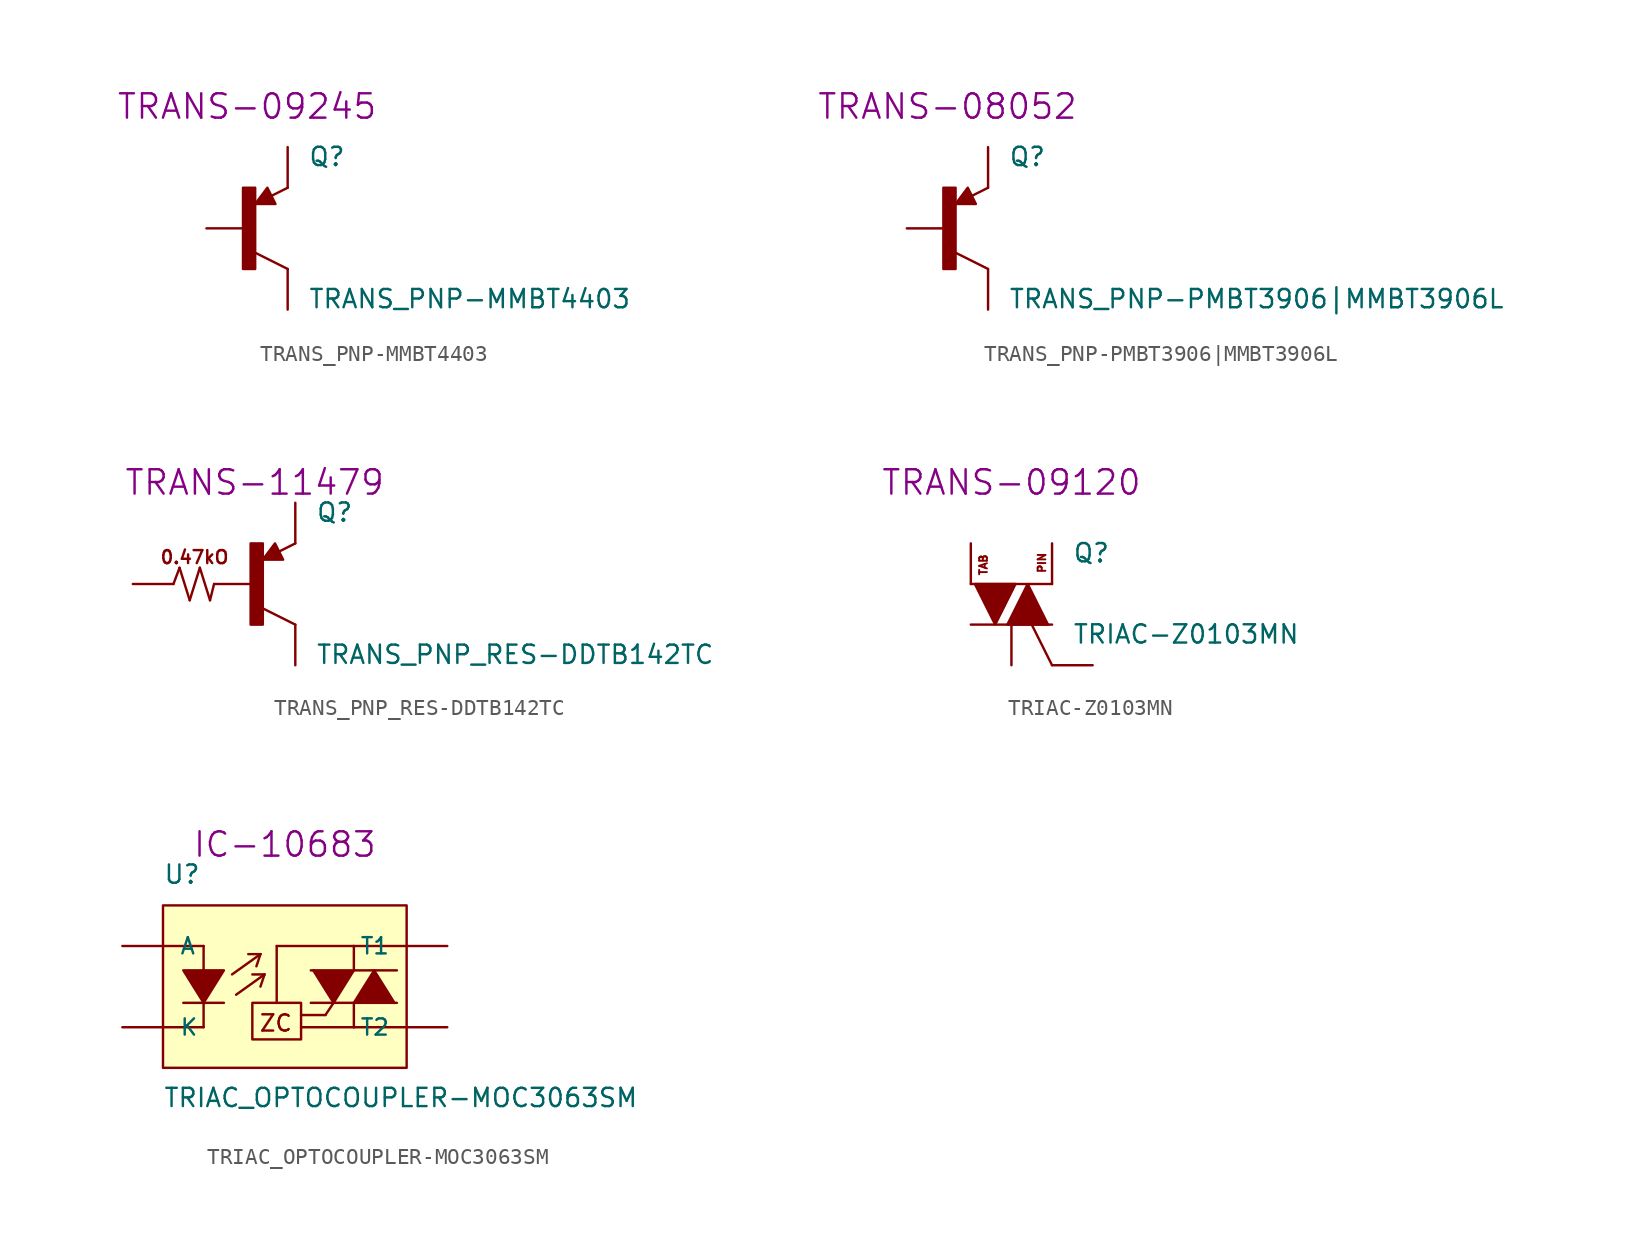
<source format=kicad_sym>
(kicad_symbol_lib
  (version 20220914)
  (generator kicad_symbol_editor)
  (symbol "TRANS_PNP-MMBT4403"
    (pin_numbers hide)
    (pin_names
      (offset 1.016) hide)
    (property "Reference" "Q"
      (at 3.81 3.81 0)
      (effects (font (size 1.143 1.143)) (justify left bottom)))
    (property "Value" "TRANS_PNP-MMBT4403"
      (at 3.81 -5.08 0)
      (effects (font (size 1.143 1.143)) (justify left bottom)))
    (property "Field4" "TRANS-09245"
      (at 0 7.62 0)
      (effects (font (size 1.524 1.524))))
    (property "ki_locked" ""
      (at 0 0 0)
      (effects (font (size 1.27 1.27))))
    (symbol "TRANS_PNP-MMBT4403_1_0"
      (polyline (pts (xy 0.508 -1.524) (xy 2.54 -2.54)) (stroke (width 0) (type solid)) (fill (type none)))
      (polyline (pts (xy 2.54 2.54) (xy 0.508 1.524)) (stroke (width 0) (type solid)) (fill (type none))))
    (symbol "TRANS_PNP-MMBT4403_1_1"
      (rectangle (start -0.254 -2.54) (end 0.508 2.54) (stroke (width 0) (type solid)) (fill (type outline)))
      (polyline (pts (xy 1.27 2.54) (xy 1.778 1.524) (xy 0.508 1.524) (xy 1.27 2.54)) (stroke (width 0) (type solid)) (fill (type outline)))
      (pin passive line (at -2.54 0 0) (length 2.54) (name "B" (effects (font (size 1.016 1.016)))) (number "1" (effects (font (size 1.016 1.016)))))
      (pin passive line (at 2.54 5.08 270) (length 2.54) (name "E" (effects (font (size 1.016 1.016)))) (number "2" (effects (font (size 1.016 1.016)))))
      (pin passive line (at 2.54 -5.08 90) (length 2.54) (name "C" (effects (font (size 1.016 1.016)))) (number "3" (effects (font (size 1.016 1.016)))))))
  (symbol "TRANS_PNP-PMBT3906|MMBT3906L"
    (pin_numbers hide)
    (pin_names
      (offset 1.016) hide)
    (property "Reference" "Q"
      (at 3.81 3.81 0)
      (effects (font (size 1.143 1.143)) (justify left bottom)))
    (property "Value" "TRANS_PNP-PMBT3906|MMBT3906L"
      (at 3.81 -5.08 0)
      (effects (font (size 1.143 1.143)) (justify left bottom)))
    (property "Field4" "TRANS-08052"
      (at 0 7.62 0)
      (effects (font (size 1.524 1.524))))
    (property "ki_locked" ""
      (at 0 0 0)
      (effects (font (size 1.27 1.27))))
    (symbol "TRANS_PNP-PMBT3906|MMBT3906L_1_0"
      (polyline (pts (xy 0.508 -1.524) (xy 2.54 -2.54)) (stroke (width 0) (type solid)) (fill (type none)))
      (polyline (pts (xy 2.54 2.54) (xy 0.508 1.524)) (stroke (width 0) (type solid)) (fill (type none))))
    (symbol "TRANS_PNP-PMBT3906|MMBT3906L_1_1"
      (rectangle (start -0.254 -2.54) (end 0.508 2.54) (stroke (width 0) (type solid)) (fill (type outline)))
      (polyline (pts (xy 1.27 2.54) (xy 1.778 1.524) (xy 0.508 1.524) (xy 1.27 2.54)) (stroke (width 0) (type solid)) (fill (type outline)))
      (pin passive line (at -2.54 0 0) (length 2.54) (name "B" (effects (font (size 1.016 1.016)))) (number "1" (effects (font (size 1.016 1.016)))))
      (pin passive line (at 2.54 5.08 270) (length 2.54) (name "E" (effects (font (size 1.016 1.016)))) (number "2" (effects (font (size 1.016 1.016)))))
      (pin passive line (at 2.54 -5.08 90) (length 2.54) (name "C" (effects (font (size 1.016 1.016)))) (number "3" (effects (font (size 1.016 1.016)))))))
  (symbol "TRANS_PNP_RES-DDTB142TC"
    (pin_numbers hide)
    (pin_names
      (offset 1.016) hide)
    (property "Reference" "Q"
      (at 3.81 3.81 0)
      (effects (font (size 1.143 1.143)) (justify left bottom)))
    (property "Value" "TRANS_PNP_RES-DDTB142TC"
      (at 3.81 -5.08 0)
      (effects (font (size 1.143 1.143)) (justify left bottom)))
    (property "Field4" "TRANS-11479"
      (at 0 6.35 0)
      (effects (font (size 1.524 1.524))))
    (property "ki_locked" ""
      (at 0 0 0)
      (effects (font (size 1.27 1.27))))
    (symbol "TRANS_PNP_RES-DDTB142TC_1_0"
      (polyline (pts (xy -4.699 1.016) (xy -5.08 0)) (stroke (width 0) (type solid)) (fill (type none)))
      (polyline (pts (xy -4.699 1.016) (xy -4.064 -1.016)) (stroke (width 0) (type solid)) (fill (type none)))
      (polyline (pts (xy -4.064 -1.016) (xy -3.429 1.016)) (stroke (width 0) (type solid)) (fill (type none)))
      (polyline (pts (xy -3.429 1.016) (xy -2.794 -1.016)) (stroke (width 0) (type solid)) (fill (type none)))
      (polyline (pts (xy -2.794 -1.016) (xy -2.54 0)) (stroke (width 0) (type solid)) (fill (type none)))
      (polyline (pts (xy -2.54 0) (xy 0 0)) (stroke (width 0) (type solid)) (fill (type none)))
      (polyline (pts (xy 0.508 -1.524) (xy 2.54 -2.54)) (stroke (width 0) (type solid)) (fill (type none)))
      (polyline (pts (xy 2.54 2.54) (xy 0.508 1.524)) (stroke (width 0) (type solid)) (fill (type none)))
      (text "0.47kO" (at -3.759 1.676 0) (effects (font (size 0.813 0.813)))))
    (symbol "TRANS_PNP_RES-DDTB142TC_1_1"
      (rectangle (start -0.254 -2.54) (end 0.508 2.54) (stroke (width 0) (type solid)) (fill (type outline)))
      (polyline (pts (xy 1.27 2.54) (xy 1.778 1.524) (xy 0.508 1.524) (xy 1.27 2.54)) (stroke (width 0) (type solid)) (fill (type outline)))
      (pin passive line (at -7.62 0 0) (length 2.54) (name "B" (effects (font (size 1.016 1.016)))) (number "1" (effects (font (size 1.016 1.016)))))
      (pin passive line (at 2.54 5.08 270) (length 2.54) (name "E" (effects (font (size 1.016 1.016)))) (number "2" (effects (font (size 1.016 1.016)))))
      (pin passive line (at 2.54 -5.08 90) (length 2.54) (name "C" (effects (font (size 1.016 1.016)))) (number "3" (effects (font (size 1.016 1.016)))))))
  (symbol "TRIAC-Z0103MN"
    (pin_numbers hide)
    (pin_names
      (offset 1.016) hide)
    (property "Reference" "Q"
      (at 3.81 3.81 0)
      (effects (font (size 1.143 1.143)) (justify left bottom)))
    (property "Value" "TRIAC-Z0103MN"
      (at 3.81 -1.27 0)
      (effects (font (size 1.143 1.143)) (justify left bottom)))
    (property "Field4" "TRANS-09120"
      (at 0 8.89 0)
      (effects (font (size 1.524 1.524))))
    (property "ki_locked" ""
      (at 0 0 0)
      (effects (font (size 1.27 1.27))))
    (symbol "TRIAC-Z0103MN_1_0"
      (polyline (pts (xy -2.54 0) (xy 1.27 0)) (stroke (width 0) (type solid)) (fill (type none)))
      (polyline (pts (xy -2.54 2.54) (xy 2.54 2.54)) (stroke (width 0) (type solid)) (fill (type none)))
      (polyline (pts (xy 1.27 0) (xy 2.54 0)) (stroke (width 0) (type solid)) (fill (type none)))
      (polyline (pts (xy 2.54 -2.54) (xy 1.27 0)) (stroke (width 0) (type solid)) (fill (type none)))
      (text "PIN" (at 1.905 3.861 900) (effects (font (size 0.483 0.483))))
      (text "TAB" (at -1.753 3.734 900) (effects (font (size 0.483 0.483)))))
    (symbol "TRIAC-Z0103MN_1_1"
      (polyline (pts (xy -2.286 2.54) (xy 0.254 2.54) (xy 0.254 2.54) (xy -1.016 0) (xy -1.016 0) (xy -2.286 2.54)) (stroke (width 0) (type solid)) (fill (type outline)))
      (polyline (pts (xy -0.254 0) (xy 2.286 0) (xy 2.286 0) (xy 1.016 2.54) (xy 1.016 2.54) (xy -0.254 0)) (stroke (width 0) (type solid)) (fill (type outline)))
      (pin bidirectional line (at 0 -2.54 90) (length 2.54) (name "T1" (effects (font (size 1.016 1.016)))) (number "1" (effects (font (size 1.016 1.016)))))
      (pin passive line (at 2.54 5.08 270) (length 2.54) (name "T2" (effects (font (size 1.016 1.016)))) (number "2" (effects (font (size 1.016 1.016)))))
      (pin bidirectional line (at 5.08 -2.54 180) (length 2.54) (name "G" (effects (font (size 1.016 1.016)))) (number "3" (effects (font (size 1.016 1.016)))))
      (pin passive line (at -2.54 5.08 270) (length 2.54) (name "T2" (effects (font (size 1.016 1.016)))) (number "4" (effects (font (size 1.016 1.016)))))))
  (symbol "TRIAC_OPTOCOUPLER-MOC3063SM"
    (pin_numbers hide)
    (pin_names
      (offset 1.016))
    (property "Reference" "U"
      (at -7.62 6.35 0)
      (effects (font (size 1.143 1.143)) (justify left bottom)))
    (property "Value" "TRIAC_OPTOCOUPLER-MOC3063SM"
      (at -7.62 -7.62 0)
      (effects (font (size 1.143 1.143)) (justify left bottom)))
    (property "Field4" "IC-10683"
      (at 0 8.89 0)
      (effects (font (size 1.524 1.524))))
    (property "ki_locked" ""
      (at 0 0 0)
      (effects (font (size 1.27 1.27))))
    (symbol "TRIAC_OPTOCOUPLER-MOC3063SM_1_0"
      (polyline (pts (xy -7.62 2.54) (xy -5.08 2.54)) (stroke (width 0) (type solid)) (fill (type none)))
      (polyline (pts (xy -6.35 -1.016) (xy -5.08 -1.016)) (stroke (width 0) (type solid)) (fill (type none)))
      (polyline (pts (xy -5.08 -2.54) (xy -7.62 -2.54)) (stroke (width 0) (type solid)) (fill (type none)))
      (polyline (pts (xy -5.08 -2.54) (xy -5.08 -1.016)) (stroke (width 0) (type solid)) (fill (type none)))
      (polyline (pts (xy -5.08 -1.016) (xy -5.08 2.54)) (stroke (width 0) (type solid)) (fill (type none)))
      (polyline (pts (xy -5.08 -1.016) (xy -3.81 -1.016)) (stroke (width 0) (type solid)) (fill (type none)))
      (polyline (pts (xy -3.302 0.762) (xy -1.524 2.032)) (stroke (width 0) (type solid)) (fill (type none)))
      (polyline (pts (xy -3.048 -0.508) (xy -1.27 0.762)) (stroke (width 0) (type solid)) (fill (type none)))
      (polyline (pts (xy -1.524 2.032) (xy -2.286 2.032)) (stroke (width 0) (type solid)) (fill (type none)))
      (polyline (pts (xy -1.524 2.032) (xy -1.778 1.27)) (stroke (width 0) (type solid)) (fill (type none)))
      (polyline (pts (xy -1.27 0.762) (xy -2.032 0.762)) (stroke (width 0) (type solid)) (fill (type none)))
      (polyline (pts (xy -1.27 0.762) (xy -1.524 0)) (stroke (width 0) (type solid)) (fill (type none)))
      (polyline (pts (xy -0.508 2.54) (xy -0.508 -1.016)) (stroke (width 0) (type solid)) (fill (type none)))
      (polyline (pts (xy 1.727 -1.016) (xy 1.626 -1.016)) (stroke (width 0) (type solid)) (fill (type none)))
      (polyline (pts (xy 1.778 -1.016) (xy 3.048 -1.016)) (stroke (width 0) (type solid)) (fill (type none)))
      (polyline (pts (xy 1.829 1.016) (xy 1.626 1.016)) (stroke (width 0) (type solid)) (fill (type none)))
      (polyline (pts (xy 2.54 -1.778) (xy 1.016 -1.778)) (stroke (width 0) (type solid)) (fill (type none)))
      (polyline (pts (xy 3.048 -1.016) (xy 2.54 -1.778)) (stroke (width 0) (type solid)) (fill (type none)))
      (polyline (pts (xy 3.048 -1.016) (xy 4.318 -1.016)) (stroke (width 0) (type solid)) (fill (type none)))
      (polyline (pts (xy 4.318 -2.54) (xy 1.016 -2.54)) (stroke (width 0) (type solid)) (fill (type none)))
      (polyline (pts (xy 4.318 -2.54) (xy 4.318 -1.016)) (stroke (width 0) (type solid)) (fill (type none)))
      (polyline (pts (xy 4.318 1.016) (xy 4.318 2.54)) (stroke (width 0) (type solid)) (fill (type none)))
      (polyline (pts (xy 4.318 2.54) (xy -0.508 2.54)) (stroke (width 0) (type solid)) (fill (type none)))
      (polyline (pts (xy 6.807 -1.016) (xy 7.01 -1.016)) (stroke (width 0) (type solid)) (fill (type none)))
      (polyline (pts (xy 7.01 1.016) (xy 4.318 1.016)) (stroke (width 0) (type solid)) (fill (type none)))
      (polyline (pts (xy 7.62 -2.54) (xy 4.318 -2.54)) (stroke (width 0) (type solid)) (fill (type none)))
      (polyline (pts (xy 7.62 2.54) (xy 4.318 2.54)) (stroke (width 0) (type solid)) (fill (type none)))
      (text "ZC" (at -0.559 -2.286 0) (effects (font (size 1.016 1.016)))))
    (symbol "TRIAC_OPTOCOUPLER-MOC3063SM_1_1"
      (polyline (pts (xy -6.35 1.016) (xy -5.08 -1.016) (xy -5.08 -1.016) (xy -3.81 1.016) (xy -3.81 1.016) (xy -6.35 1.016)) (stroke (width 0) (type solid)) (fill (type outline)))
      (polyline (pts (xy 1.778 1.016) (xy 3.048 -1.016) (xy 3.048 -1.016) (xy 4.318 1.016) (xy 4.318 1.016) (xy 1.778 1.016)) (stroke (width 0) (type solid)) (fill (type outline)))
      (polyline (pts (xy 6.858 -1.016) (xy 5.588 1.016) (xy 5.588 1.016) (xy 4.318 -1.016) (xy 4.318 -1.016) (xy 6.858 -1.016)) (stroke (width 0) (type solid)) (fill (type outline)))
      (polyline (pts (xy -2.032 -1.016) (xy -2.032 -3.302) (xy 1.016 -3.302) (xy 1.016 -2.54) (xy 1.016 -1.778) (xy 1.016 -1.016) (xy -0.508 -1.016) (xy -2.032 -1.016)) (stroke (width 0) (type solid)) (fill (type background)))
      (polyline (pts (xy -7.62 5.08) (xy 7.62 5.08) (xy 7.62 2.54) (xy 7.62 -2.54) (xy 7.62 -5.08) (xy -7.62 -5.08) (xy -7.62 -2.54) (xy -7.62 2.54) (xy -7.62 5.08)) (stroke (width 0) (type solid)) (fill (type background)))
      (pin bidirectional line (at -10.16 2.54 0) (length 2.54) (name "A" (effects (font (size 1.016 1.016)))) (number "1" (effects (font (size 1.016 1.016)))))
      (pin bidirectional line (at -10.16 -2.54 0) (length 2.54) (name "K" (effects (font (size 1.016 1.016)))) (number "2" (effects (font (size 1.016 1.016)))))
      (pin bidirectional line (at 10.16 -2.54 180) (length 2.54) (name "T2" (effects (font (size 1.016 1.016)))) (number "4" (effects (font (size 1.016 1.016)))))
      (pin bidirectional line (at 10.16 2.54 180) (length 2.54) (name "T1" (effects (font (size 1.016 1.016)))) (number "6" (effects (font (size 1.016 1.016))))))))
</source>
